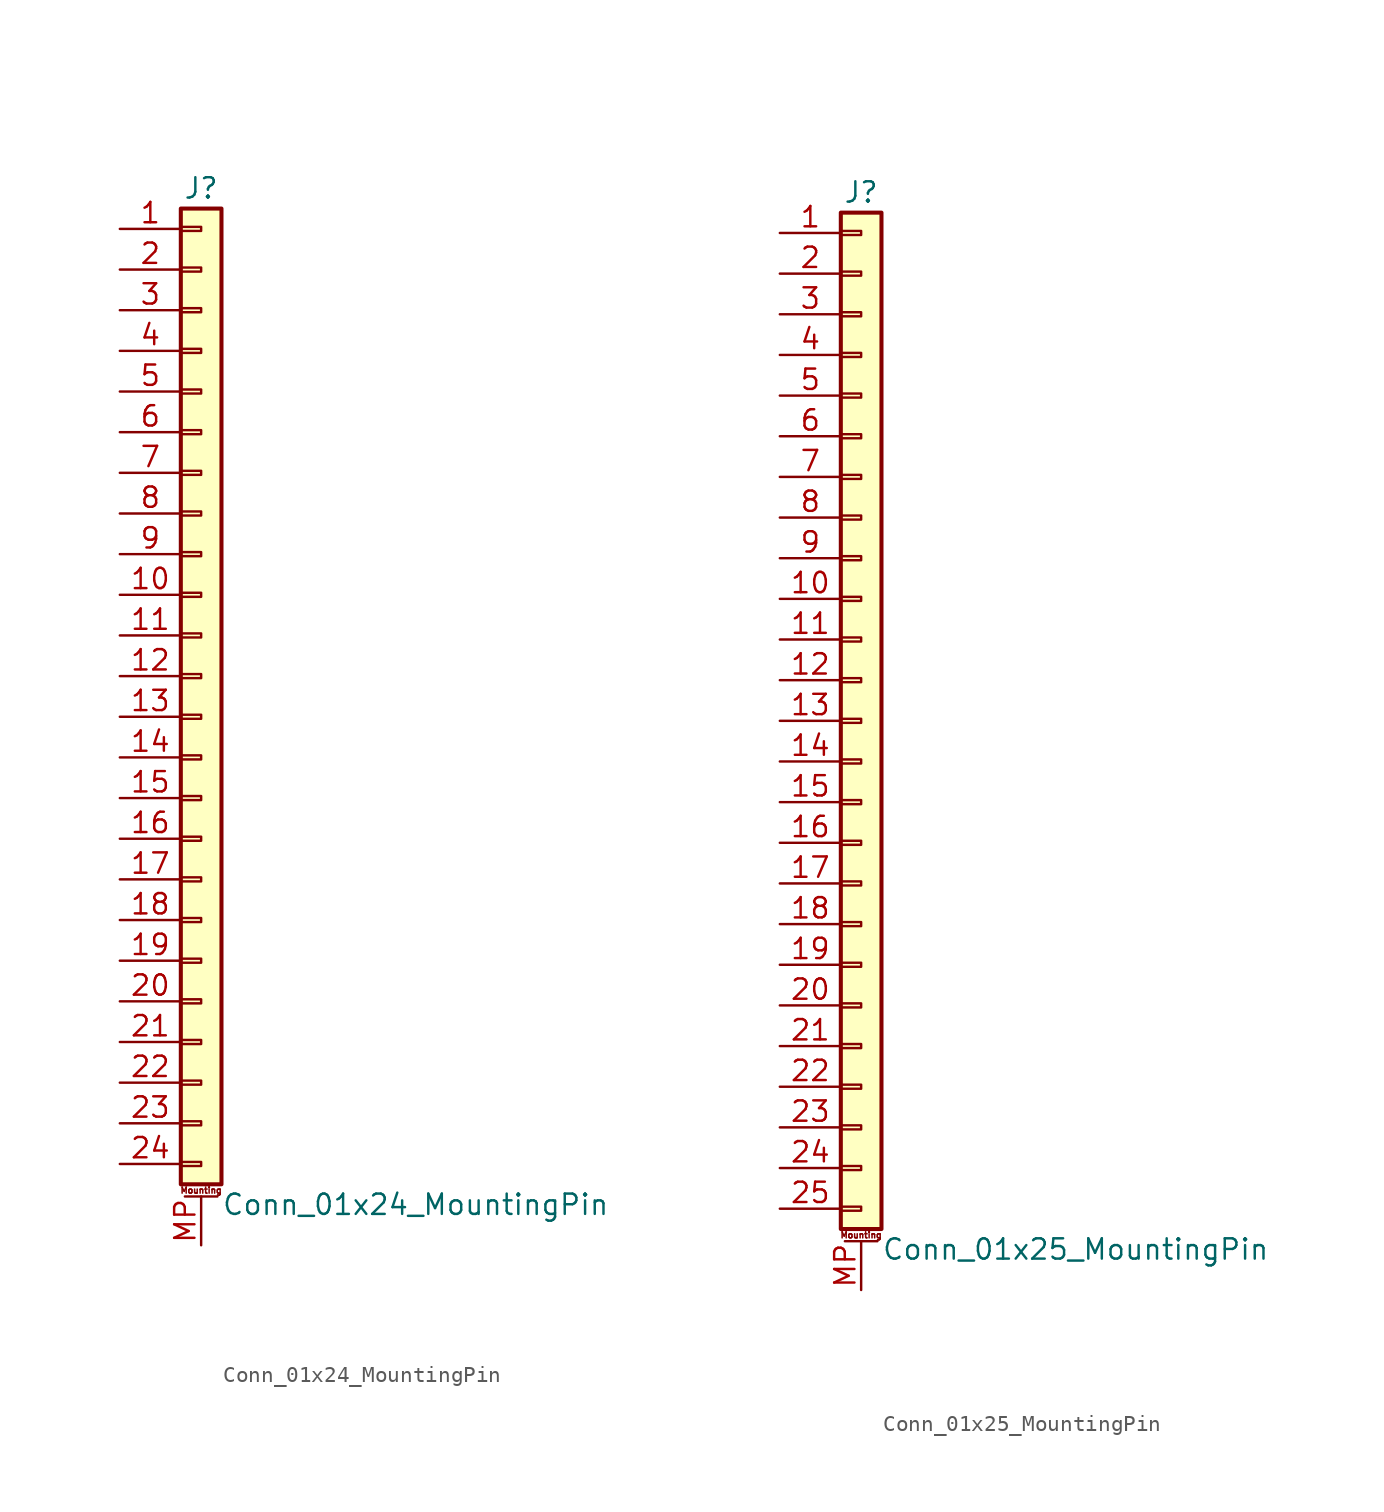
<source format=kicad_sym>
(kicad_symbol_lib
  (version 20201005)
  (generator kicad_symbol_editor)
  (symbol "Conn_01x24_MountingPin"
    (pin_names
      (offset 1.016) hide)
    (property "Reference" "J"
      (at 0 30.48 0)
      (effects (font (size 1.27 1.27))))
    (property "Value" "Conn_01x24_MountingPin"
      (at 1.27 -33.02 0)
      (effects (font (size 1.27 1.27)) (justify left)))
    (symbol "Conn_01x24_MountingPin_1_1"
      (text "Mounting" (at 0 -32.131 0) (effects (font (size 0.381 0.381))))
      (rectangle (start -1.27 -30.353) (end 0 -30.607) (stroke (width 0.152)) (fill (type none)))
      (rectangle (start -1.27 -27.813) (end 0 -28.067) (stroke (width 0.152)) (fill (type none)))
      (rectangle (start -1.27 -25.273) (end 0 -25.527) (stroke (width 0.152)) (fill (type none)))
      (rectangle (start -1.27 -22.733) (end 0 -22.987) (stroke (width 0.152)) (fill (type none)))
      (rectangle (start -1.27 -20.193) (end 0 -20.447) (stroke (width 0.152)) (fill (type none)))
      (rectangle (start -1.27 -17.653) (end 0 -17.907) (stroke (width 0.152)) (fill (type none)))
      (rectangle (start -1.27 -15.113) (end 0 -15.367) (stroke (width 0.152)) (fill (type none)))
      (rectangle (start -1.27 -12.573) (end 0 -12.827) (stroke (width 0.152)) (fill (type none)))
      (rectangle (start -1.27 -10.033) (end 0 -10.287) (stroke (width 0.152)) (fill (type none)))
      (rectangle (start -1.27 -7.493) (end 0 -7.747) (stroke (width 0.152)) (fill (type none)))
      (rectangle (start -1.27 -4.953) (end 0 -5.207) (stroke (width 0.152)) (fill (type none)))
      (rectangle (start -1.27 -2.413) (end 0 -2.667) (stroke (width 0.152)) (fill (type none)))
      (rectangle (start -1.27 0.127) (end 0 -0.127) (stroke (width 0.152)) (fill (type none)))
      (rectangle (start -1.27 2.667) (end 0 2.413) (stroke (width 0.152)) (fill (type none)))
      (rectangle (start -1.27 5.207) (end 0 4.953) (stroke (width 0.152)) (fill (type none)))
      (rectangle (start -1.27 7.747) (end 0 7.493) (stroke (width 0.152)) (fill (type none)))
      (rectangle (start -1.27 10.287) (end 0 10.033) (stroke (width 0.152)) (fill (type none)))
      (rectangle (start -1.27 12.827) (end 0 12.573) (stroke (width 0.152)) (fill (type none)))
      (rectangle (start -1.27 15.367) (end 0 15.113) (stroke (width 0.152)) (fill (type none)))
      (rectangle (start -1.27 17.907) (end 0 17.653) (stroke (width 0.152)) (fill (type none)))
      (rectangle (start -1.27 20.447) (end 0 20.193) (stroke (width 0.152)) (fill (type none)))
      (rectangle (start -1.27 22.987) (end 0 22.733) (stroke (width 0.152)) (fill (type none)))
      (rectangle (start -1.27 25.527) (end 0 25.273) (stroke (width 0.152)) (fill (type none)))
      (rectangle (start -1.27 28.067) (end 0 27.813) (stroke (width 0.152)) (fill (type none)))
      (rectangle (start -1.27 29.21) (end 1.27 -31.75) (stroke (width 0.254)) (fill (type background)))
      (polyline (pts (xy -1.016 -32.512) (xy 1.016 -32.512)) (stroke (width 0.152)) (fill (type none)))
      (pin passive line (at -5.08 27.94 0) (length 3.81) (name "Pin_1" (effects (font (size 1.27 1.27)))) (number "1" (effects (font (size 1.27 1.27)))))
      (pin passive line (at -5.08 5.08 0) (length 3.81) (name "Pin_10" (effects (font (size 1.27 1.27)))) (number "10" (effects (font (size 1.27 1.27)))))
      (pin passive line (at -5.08 2.54 0) (length 3.81) (name "Pin_11" (effects (font (size 1.27 1.27)))) (number "11" (effects (font (size 1.27 1.27)))))
      (pin passive line (at -5.08 0 0) (length 3.81) (name "Pin_12" (effects (font (size 1.27 1.27)))) (number "12" (effects (font (size 1.27 1.27)))))
      (pin passive line (at -5.08 -2.54 0) (length 3.81) (name "Pin_13" (effects (font (size 1.27 1.27)))) (number "13" (effects (font (size 1.27 1.27)))))
      (pin passive line (at -5.08 -5.08 0) (length 3.81) (name "Pin_14" (effects (font (size 1.27 1.27)))) (number "14" (effects (font (size 1.27 1.27)))))
      (pin passive line (at -5.08 -7.62 0) (length 3.81) (name "Pin_15" (effects (font (size 1.27 1.27)))) (number "15" (effects (font (size 1.27 1.27)))))
      (pin passive line (at -5.08 -10.16 0) (length 3.81) (name "Pin_16" (effects (font (size 1.27 1.27)))) (number "16" (effects (font (size 1.27 1.27)))))
      (pin passive line (at -5.08 -12.7 0) (length 3.81) (name "Pin_17" (effects (font (size 1.27 1.27)))) (number "17" (effects (font (size 1.27 1.27)))))
      (pin passive line (at -5.08 -15.24 0) (length 3.81) (name "Pin_18" (effects (font (size 1.27 1.27)))) (number "18" (effects (font (size 1.27 1.27)))))
      (pin passive line (at -5.08 -17.78 0) (length 3.81) (name "Pin_19" (effects (font (size 1.27 1.27)))) (number "19" (effects (font (size 1.27 1.27)))))
      (pin passive line (at -5.08 25.4 0) (length 3.81) (name "Pin_2" (effects (font (size 1.27 1.27)))) (number "2" (effects (font (size 1.27 1.27)))))
      (pin passive line (at -5.08 -20.32 0) (length 3.81) (name "Pin_20" (effects (font (size 1.27 1.27)))) (number "20" (effects (font (size 1.27 1.27)))))
      (pin passive line (at -5.08 -22.86 0) (length 3.81) (name "Pin_21" (effects (font (size 1.27 1.27)))) (number "21" (effects (font (size 1.27 1.27)))))
      (pin passive line (at -5.08 -25.4 0) (length 3.81) (name "Pin_22" (effects (font (size 1.27 1.27)))) (number "22" (effects (font (size 1.27 1.27)))))
      (pin passive line (at -5.08 -27.94 0) (length 3.81) (name "Pin_23" (effects (font (size 1.27 1.27)))) (number "23" (effects (font (size 1.27 1.27)))))
      (pin passive line (at -5.08 -30.48 0) (length 3.81) (name "Pin_24" (effects (font (size 1.27 1.27)))) (number "24" (effects (font (size 1.27 1.27)))))
      (pin passive line (at -5.08 22.86 0) (length 3.81) (name "Pin_3" (effects (font (size 1.27 1.27)))) (number "3" (effects (font (size 1.27 1.27)))))
      (pin passive line (at -5.08 20.32 0) (length 3.81) (name "Pin_4" (effects (font (size 1.27 1.27)))) (number "4" (effects (font (size 1.27 1.27)))))
      (pin passive line (at -5.08 17.78 0) (length 3.81) (name "Pin_5" (effects (font (size 1.27 1.27)))) (number "5" (effects (font (size 1.27 1.27)))))
      (pin passive line (at -5.08 15.24 0) (length 3.81) (name "Pin_6" (effects (font (size 1.27 1.27)))) (number "6" (effects (font (size 1.27 1.27)))))
      (pin passive line (at -5.08 12.7 0) (length 3.81) (name "Pin_7" (effects (font (size 1.27 1.27)))) (number "7" (effects (font (size 1.27 1.27)))))
      (pin passive line (at -5.08 10.16 0) (length 3.81) (name "Pin_8" (effects (font (size 1.27 1.27)))) (number "8" (effects (font (size 1.27 1.27)))))
      (pin passive line (at -5.08 7.62 0) (length 3.81) (name "Pin_9" (effects (font (size 1.27 1.27)))) (number "9" (effects (font (size 1.27 1.27)))))
      (pin passive line (at 0 -35.56 90) (length 3.048) (name "MountPin" (effects (font (size 1.27 1.27)))) (number "MP" (effects (font (size 1.27 1.27)))))))
  (symbol "Conn_01x25_MountingPin"
    (pin_names
      (offset 1.016) hide)
    (property "Reference" "J"
      (at 0 33.02 0)
      (effects (font (size 1.27 1.27))))
    (property "Value" "Conn_01x25_MountingPin"
      (at 1.27 -33.02 0)
      (effects (font (size 1.27 1.27)) (justify left)))
    (symbol "Conn_01x25_MountingPin_1_1"
      (text "Mounting" (at 0 -32.131 0) (effects (font (size 0.381 0.381))))
      (rectangle (start -1.27 -30.353) (end 0 -30.607) (stroke (width 0.152)) (fill (type none)))
      (rectangle (start -1.27 -27.813) (end 0 -28.067) (stroke (width 0.152)) (fill (type none)))
      (rectangle (start -1.27 -25.273) (end 0 -25.527) (stroke (width 0.152)) (fill (type none)))
      (rectangle (start -1.27 -22.733) (end 0 -22.987) (stroke (width 0.152)) (fill (type none)))
      (rectangle (start -1.27 -20.193) (end 0 -20.447) (stroke (width 0.152)) (fill (type none)))
      (rectangle (start -1.27 -17.653) (end 0 -17.907) (stroke (width 0.152)) (fill (type none)))
      (rectangle (start -1.27 -15.113) (end 0 -15.367) (stroke (width 0.152)) (fill (type none)))
      (rectangle (start -1.27 -12.573) (end 0 -12.827) (stroke (width 0.152)) (fill (type none)))
      (rectangle (start -1.27 -10.033) (end 0 -10.287) (stroke (width 0.152)) (fill (type none)))
      (rectangle (start -1.27 -7.493) (end 0 -7.747) (stroke (width 0.152)) (fill (type none)))
      (rectangle (start -1.27 -4.953) (end 0 -5.207) (stroke (width 0.152)) (fill (type none)))
      (rectangle (start -1.27 -2.413) (end 0 -2.667) (stroke (width 0.152)) (fill (type none)))
      (rectangle (start -1.27 0.127) (end 0 -0.127) (stroke (width 0.152)) (fill (type none)))
      (rectangle (start -1.27 2.667) (end 0 2.413) (stroke (width 0.152)) (fill (type none)))
      (rectangle (start -1.27 5.207) (end 0 4.953) (stroke (width 0.152)) (fill (type none)))
      (rectangle (start -1.27 7.747) (end 0 7.493) (stroke (width 0.152)) (fill (type none)))
      (rectangle (start -1.27 10.287) (end 0 10.033) (stroke (width 0.152)) (fill (type none)))
      (rectangle (start -1.27 12.827) (end 0 12.573) (stroke (width 0.152)) (fill (type none)))
      (rectangle (start -1.27 15.367) (end 0 15.113) (stroke (width 0.152)) (fill (type none)))
      (rectangle (start -1.27 17.907) (end 0 17.653) (stroke (width 0.152)) (fill (type none)))
      (rectangle (start -1.27 20.447) (end 0 20.193) (stroke (width 0.152)) (fill (type none)))
      (rectangle (start -1.27 22.987) (end 0 22.733) (stroke (width 0.152)) (fill (type none)))
      (rectangle (start -1.27 25.527) (end 0 25.273) (stroke (width 0.152)) (fill (type none)))
      (rectangle (start -1.27 28.067) (end 0 27.813) (stroke (width 0.152)) (fill (type none)))
      (rectangle (start -1.27 30.607) (end 0 30.353) (stroke (width 0.152)) (fill (type none)))
      (rectangle (start -1.27 31.75) (end 1.27 -31.75) (stroke (width 0.254)) (fill (type background)))
      (polyline (pts (xy -1.016 -32.512) (xy 1.016 -32.512)) (stroke (width 0.152)) (fill (type none)))
      (pin passive line (at -5.08 30.48 0) (length 3.81) (name "Pin_1" (effects (font (size 1.27 1.27)))) (number "1" (effects (font (size 1.27 1.27)))))
      (pin passive line (at -5.08 7.62 0) (length 3.81) (name "Pin_10" (effects (font (size 1.27 1.27)))) (number "10" (effects (font (size 1.27 1.27)))))
      (pin passive line (at -5.08 5.08 0) (length 3.81) (name "Pin_11" (effects (font (size 1.27 1.27)))) (number "11" (effects (font (size 1.27 1.27)))))
      (pin passive line (at -5.08 2.54 0) (length 3.81) (name "Pin_12" (effects (font (size 1.27 1.27)))) (number "12" (effects (font (size 1.27 1.27)))))
      (pin passive line (at -5.08 0 0) (length 3.81) (name "Pin_13" (effects (font (size 1.27 1.27)))) (number "13" (effects (font (size 1.27 1.27)))))
      (pin passive line (at -5.08 -2.54 0) (length 3.81) (name "Pin_14" (effects (font (size 1.27 1.27)))) (number "14" (effects (font (size 1.27 1.27)))))
      (pin passive line (at -5.08 -5.08 0) (length 3.81) (name "Pin_15" (effects (font (size 1.27 1.27)))) (number "15" (effects (font (size 1.27 1.27)))))
      (pin passive line (at -5.08 -7.62 0) (length 3.81) (name "Pin_16" (effects (font (size 1.27 1.27)))) (number "16" (effects (font (size 1.27 1.27)))))
      (pin passive line (at -5.08 -10.16 0) (length 3.81) (name "Pin_17" (effects (font (size 1.27 1.27)))) (number "17" (effects (font (size 1.27 1.27)))))
      (pin passive line (at -5.08 -12.7 0) (length 3.81) (name "Pin_18" (effects (font (size 1.27 1.27)))) (number "18" (effects (font (size 1.27 1.27)))))
      (pin passive line (at -5.08 -15.24 0) (length 3.81) (name "Pin_19" (effects (font (size 1.27 1.27)))) (number "19" (effects (font (size 1.27 1.27)))))
      (pin passive line (at -5.08 27.94 0) (length 3.81) (name "Pin_2" (effects (font (size 1.27 1.27)))) (number "2" (effects (font (size 1.27 1.27)))))
      (pin passive line (at -5.08 -17.78 0) (length 3.81) (name "Pin_20" (effects (font (size 1.27 1.27)))) (number "20" (effects (font (size 1.27 1.27)))))
      (pin passive line (at -5.08 -20.32 0) (length 3.81) (name "Pin_21" (effects (font (size 1.27 1.27)))) (number "21" (effects (font (size 1.27 1.27)))))
      (pin passive line (at -5.08 -22.86 0) (length 3.81) (name "Pin_22" (effects (font (size 1.27 1.27)))) (number "22" (effects (font (size 1.27 1.27)))))
      (pin passive line (at -5.08 -25.4 0) (length 3.81) (name "Pin_23" (effects (font (size 1.27 1.27)))) (number "23" (effects (font (size 1.27 1.27)))))
      (pin passive line (at -5.08 -27.94 0) (length 3.81) (name "Pin_24" (effects (font (size 1.27 1.27)))) (number "24" (effects (font (size 1.27 1.27)))))
      (pin passive line (at -5.08 -30.48 0) (length 3.81) (name "Pin_25" (effects (font (size 1.27 1.27)))) (number "25" (effects (font (size 1.27 1.27)))))
      (pin passive line (at -5.08 25.4 0) (length 3.81) (name "Pin_3" (effects (font (size 1.27 1.27)))) (number "3" (effects (font (size 1.27 1.27)))))
      (pin passive line (at -5.08 22.86 0) (length 3.81) (name "Pin_4" (effects (font (size 1.27 1.27)))) (number "4" (effects (font (size 1.27 1.27)))))
      (pin passive line (at -5.08 20.32 0) (length 3.81) (name "Pin_5" (effects (font (size 1.27 1.27)))) (number "5" (effects (font (size 1.27 1.27)))))
      (pin passive line (at -5.08 17.78 0) (length 3.81) (name "Pin_6" (effects (font (size 1.27 1.27)))) (number "6" (effects (font (size 1.27 1.27)))))
      (pin passive line (at -5.08 15.24 0) (length 3.81) (name "Pin_7" (effects (font (size 1.27 1.27)))) (number "7" (effects (font (size 1.27 1.27)))))
      (pin passive line (at -5.08 12.7 0) (length 3.81) (name "Pin_8" (effects (font (size 1.27 1.27)))) (number "8" (effects (font (size 1.27 1.27)))))
      (pin passive line (at -5.08 10.16 0) (length 3.81) (name "Pin_9" (effects (font (size 1.27 1.27)))) (number "9" (effects (font (size 1.27 1.27)))))
      (pin passive line (at 0 -35.56 90) (length 3.048) (name "MountPin" (effects (font (size 1.27 1.27)))) (number "MP" (effects (font (size 1.27 1.27))))))))
</source>
